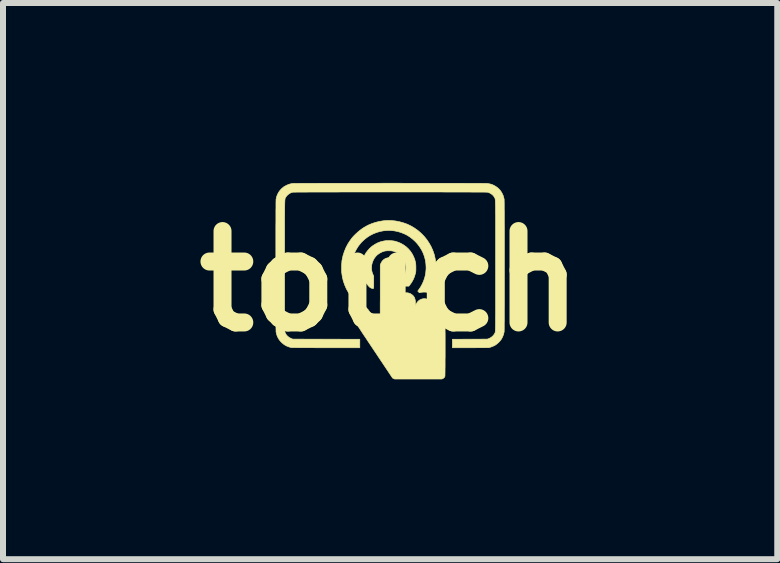
<source format=kicad_pcb>
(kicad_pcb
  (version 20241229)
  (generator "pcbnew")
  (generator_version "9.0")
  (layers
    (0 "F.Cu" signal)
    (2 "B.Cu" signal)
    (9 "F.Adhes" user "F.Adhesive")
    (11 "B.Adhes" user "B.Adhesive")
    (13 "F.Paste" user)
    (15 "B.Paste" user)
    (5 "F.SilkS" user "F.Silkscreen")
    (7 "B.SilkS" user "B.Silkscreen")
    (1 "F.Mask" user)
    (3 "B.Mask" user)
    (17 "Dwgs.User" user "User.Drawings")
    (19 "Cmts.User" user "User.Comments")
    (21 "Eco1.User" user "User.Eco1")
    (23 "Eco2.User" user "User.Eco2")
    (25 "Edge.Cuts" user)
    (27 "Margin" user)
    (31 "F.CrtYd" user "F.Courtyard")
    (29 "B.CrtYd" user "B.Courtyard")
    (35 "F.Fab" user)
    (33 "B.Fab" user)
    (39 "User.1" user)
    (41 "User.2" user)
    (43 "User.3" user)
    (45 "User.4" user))
  (footprint "touch"
    (layer "F.Cu")
    (at 3.454 1.637)
    (property "Reference" "touch" (at 0 0 0) (layer "F.SilkS") (effects (font (size 1.524 1.524) (thickness 0.3))))
    (attr through_hole)
    (fp_poly (pts (xy 0.005 -0.675) (xy 0.035 -0.673) (xy 0.063 -0.669) (xy 0.08 -0.666) (xy 0.131 -0.65) (xy 0.179 -0.63) (xy 0.224 -0.604) (xy 0.266 -0.574) (xy 0.304 -0.539) (xy 0.338 -0.5) (xy 0.367 -0.457) (xy 0.391 -0.411) (xy 0.411 -0.362) (xy 0.424 -0.31) (xy 0.424 -0.309) (xy 0.427 -0.296) (xy 0.428 -0.281) (xy 0.429 -0.263) (xy 0.43 -0.241) (xy 0.43 -0.221) (xy 0.43 -0.198) (xy 0.43 -0.181) (xy 0.429 -0.167) (xy 0.428 -0.155) (xy 0.426 -0.144) (xy 0.423 -0.131) (xy 0.421 -0.124) (xy 0.406 -0.073) (xy 0.385 -0.024) (xy 0.359 0.022) (xy 0.333 0.058) (xy 0.313 0.084) (xy 0.245 0.084) (xy 0.244 -0.015) (xy 0.245 -0.045) (xy 0.245 -0.069) (xy 0.245 -0.088) (xy 0.246 -0.102) (xy 0.246 -0.113) (xy 0.247 -0.12) (xy 0.249 -0.125) (xy 0.249 -0.125) (xy 0.256 -0.148) (xy 0.262 -0.174) (xy 0.265 -0.203) (xy 0.266 -0.231) (xy 0.264 -0.258) (xy 0.264 -0.259) (xy 0.254 -0.302) (xy 0.24 -0.342) (xy 0.22 -0.378) (xy 0.196 -0.411) (xy 0.167 -0.439) (xy 0.133 -0.464) (xy 0.096 -0.484) (xy 0.055 -0.498) (xy 0.046 -0.501) (xy 0.027 -0.504) (xy 0.005 -0.506) (xy -0.02 -0.506) (xy -0.046 -0.506) (xy -0.069 -0.504) (xy -0.09 -0.501) (xy -0.097 -0.499) (xy -0.13 -0.488) (xy -0.163 -0.472) (xy -0.193 -0.453) (xy -0.22 -0.432) (xy -0.234 -0.418) (xy -0.261 -0.384) (xy -0.281 -0.348) (xy -0.296 -0.31) (xy -0.306 -0.27) (xy -0.309 -0.227) (xy -0.309 -0.222) (xy -0.308 -0.195) (xy -0.305 -0.17) (xy -0.299 -0.146) (xy -0.29 -0.121) (xy -0.284 -0.107) (xy -0.273 -0.081) (xy -0.273 0.02) (xy -0.273 0.048) (xy -0.273 0.07) (xy -0.273 0.088) (xy -0.274 0.101) (xy -0.274 0.11) (xy -0.275 0.116) (xy -0.276 0.12) (xy -0.277 0.121) (xy -0.278 0.122) (xy -0.291 0.124) (xy -0.306 0.12) (xy -0.308 0.119) (xy -0.325 0.112) (xy -0.341 0.101) (xy -0.357 0.085) (xy -0.36 0.082) (xy -0.394 0.039) (xy -0.422 -0.006) (xy -0.444 -0.054) (xy -0.461 -0.104) (xy -0.467 -0.131) (xy -0.47 -0.145) (xy -0.472 -0.158) (xy -0.473 -0.172) (xy -0.474 -0.189) (xy -0.474 -0.209) (xy -0.474 -0.222) (xy -0.474 -0.254) (xy -0.472 -0.282) (xy -0.469 -0.308) (xy -0.463 -0.332) (xy -0.456 -0.358) (xy -0.45 -0.374) (xy -0.43 -0.423) (xy -0.404 -0.469) (xy -0.373 -0.51) (xy -0.339 -0.548) (xy -0.3 -0.582) (xy -0.257 -0.611) (xy -0.211 -0.636) (xy -0.162 -0.655) (xy -0.111 -0.668) (xy -0.08 -0.673) (xy -0.055 -0.676) (xy -0.026 -0.676) (xy 0.005 -0.675)) (stroke (width 0.01) (type solid)) (fill yes) (layer "F.SilkS"))
    (fp_poly (pts (xy 0.023 -1.01) (xy 0.09 -1.003) (xy 0.157 -0.99) (xy 0.222 -0.972) (xy 0.287 -0.949) (xy 0.349 -0.919) (xy 0.408 -0.884) (xy 0.412 -0.881) (xy 0.468 -0.841) (xy 0.52 -0.795) (xy 0.568 -0.746) (xy 0.612 -0.692) (xy 0.65 -0.635) (xy 0.684 -0.575) (xy 0.712 -0.512) (xy 0.735 -0.447) (xy 0.741 -0.423) (xy 0.756 -0.354) (xy 0.764 -0.285) (xy 0.767 -0.215) (xy 0.763 -0.146) (xy 0.753 -0.077) (xy 0.737 -0.01) (xy 0.715 0.057) (xy 0.687 0.121) (xy 0.684 0.128) (xy 0.672 0.151) (xy 0.663 0.168) (xy 0.656 0.181) (xy 0.65 0.188) (xy 0.646 0.192) (xy 0.643 0.193) (xy 0.627 0.188) (xy 0.605 0.185) (xy 0.582 0.183) (xy 0.557 0.183) (xy 0.534 0.185) (xy 0.513 0.188) (xy 0.512 0.189) (xy 0.488 0.194) (xy 0.475 0.181) (xy 0.461 0.167) (xy 0.47 0.154) (xy 0.507 0.101) (xy 0.538 0.045) (xy 0.562 -0.012) (xy 0.581 -0.071) (xy 0.593 -0.131) (xy 0.599 -0.193) (xy 0.6 -0.224) (xy 0.597 -0.287) (xy 0.588 -0.348) (xy 0.573 -0.408) (xy 0.552 -0.465) (xy 0.525 -0.521) (xy 0.492 -0.573) (xy 0.454 -0.623) (xy 0.418 -0.662) (xy 0.375 -0.701) (xy 0.331 -0.735) (xy 0.286 -0.764) (xy 0.246 -0.784) (xy 0.188 -0.808) (xy 0.13 -0.826) (xy 0.07 -0.838) (xy 0.01 -0.844) (xy -0.05 -0.844) (xy -0.109 -0.839) (xy -0.167 -0.828) (xy -0.224 -0.811) (xy -0.28 -0.789) (xy -0.333 -0.762) (xy -0.384 -0.729) (xy -0.431 -0.692) (xy -0.476 -0.649) (xy -0.489 -0.634) (xy -0.528 -0.585) (xy -0.561 -0.533) (xy -0.589 -0.479) (xy -0.611 -0.423) (xy -0.628 -0.365) (xy -0.639 -0.305) (xy -0.644 -0.245) (xy -0.643 -0.185) (xy -0.637 -0.125) (xy -0.624 -0.065) (xy -0.606 -0.006) (xy -0.594 0.024) (xy -0.572 0.069) (xy -0.548 0.111) (xy -0.519 0.152) (xy -0.486 0.193) (xy -0.481 0.198) (xy -0.469 0.211) (xy -0.459 0.224) (xy -0.451 0.234) (xy -0.446 0.241) (xy -0.446 0.242) (xy -0.442 0.253) (xy -0.44 0.268) (xy -0.44 0.284) (xy -0.442 0.298) (xy -0.445 0.307) (xy -0.448 0.312) (xy -0.452 0.315) (xy -0.457 0.316) (xy -0.466 0.316) (xy -0.471 0.315) (xy -0.489 0.315) (xy -0.51 0.318) (xy -0.532 0.322) (xy -0.553 0.328) (xy -0.559 0.33) (xy -0.569 0.334) (xy -0.576 0.336) (xy -0.578 0.337) (xy -0.581 0.334) (xy -0.587 0.328) (xy -0.596 0.319) (xy -0.606 0.308) (xy -0.607 0.307) (xy -0.653 0.251) (xy -0.693 0.192) (xy -0.728 0.131) (xy -0.756 0.067) (xy -0.779 0.002) (xy -0.796 -0.067) (xy -0.806 -0.137) (xy -0.807 -0.139) (xy -0.808 -0.162) (xy -0.809 -0.19) (xy -0.809 -0.221) (xy -0.809 -0.253) (xy -0.807 -0.284) (xy -0.805 -0.314) (xy -0.803 -0.339) (xy -0.8 -0.355) (xy -0.785 -0.425) (xy -0.763 -0.493) (xy -0.736 -0.559) (xy -0.703 -0.622) (xy -0.664 -0.681) (xy -0.638 -0.716) (xy -0.61 -0.749) (xy -0.577 -0.782) (xy -0.541 -0.815) (xy -0.503 -0.847) (xy -0.465 -0.875) (xy -0.433 -0.896) (xy -0.373 -0.93) (xy -0.31 -0.957) (xy -0.245 -0.979) (xy -0.179 -0.995) (xy -0.112 -1.006) (xy -0.045 -1.011) (xy 0.023 -1.01)) (stroke (width 0.01) (type solid)) (fill yes) (layer "F.SilkS"))
    (fp_poly (pts (xy 0.011 -0.388) (xy 0.024 -0.386) (xy 0.05 -0.376) (xy 0.074 -0.361) (xy 0.095 -0.341) (xy 0.112 -0.318) (xy 0.124 -0.292) (xy 0.13 -0.274) (xy 0.131 -0.268) (xy 0.131 -0.256) (xy 0.132 -0.24) (xy 0.132 -0.218) (xy 0.133 -0.19) (xy 0.133 -0.157) (xy 0.133 -0.118) (xy 0.133 -0.072) (xy 0.133 -0.021) (xy 0.133 0.017) (xy 0.134 0.291) (xy 0.144 0.272) (xy 0.16 0.247) (xy 0.181 0.227) (xy 0.204 0.212) (xy 0.229 0.201) (xy 0.256 0.195) (xy 0.284 0.194) (xy 0.311 0.199) (xy 0.337 0.208) (xy 0.361 0.223) (xy 0.381 0.24) (xy 0.395 0.256) (xy 0.406 0.274) (xy 0.413 0.293) (xy 0.419 0.316) (xy 0.422 0.342) (xy 0.423 0.371) (xy 0.423 0.389) (xy 0.423 0.401) (xy 0.424 0.407) (xy 0.425 0.409) (xy 0.426 0.405) (xy 0.434 0.382) (xy 0.448 0.359) (xy 0.465 0.337) (xy 0.485 0.32) (xy 0.498 0.312) (xy 0.527 0.299) (xy 0.557 0.293) (xy 0.586 0.293) (xy 0.614 0.299) (xy 0.641 0.311) (xy 0.666 0.329) (xy 0.67 0.333) (xy 0.687 0.35) (xy 0.7 0.368) (xy 0.708 0.387) (xy 0.714 0.409) (xy 0.717 0.435) (xy 0.718 0.458) (xy 0.718 0.499) (xy 0.725 0.497) (xy 0.755 0.491) (xy 0.785 0.492) (xy 0.814 0.498) (xy 0.834 0.506) (xy 0.858 0.521) (xy 0.879 0.541) (xy 0.896 0.565) (xy 0.908 0.591) (xy 0.914 0.612) (xy 0.915 0.618) (xy 0.915 0.63) (xy 0.916 0.647) (xy 0.916 0.669) (xy 0.916 0.695) (xy 0.917 0.726) (xy 0.917 0.76) (xy 0.917 0.798) (xy 0.917 0.838) (xy 0.918 0.881) (xy 0.918 0.926) (xy 0.918 0.972) (xy 0.918 1.02) (xy 0.918 1.068) (xy 0.918 1.117) (xy 0.918 1.165) (xy 0.918 1.213) (xy 0.918 1.26) (xy 0.917 1.305) (xy 0.917 1.349) (xy 0.917 1.39) (xy 0.917 1.428) (xy 0.916 1.464) (xy 0.916 1.496) (xy 0.916 1.523) (xy 0.915 1.547) (xy 0.915 1.565) (xy 0.915 1.579) (xy 0.914 1.586) (xy 0.914 1.588) (xy 0.906 1.604) (xy 0.894 1.616) (xy 0.881 1.624) (xy 0.864 1.632) (xy 0.469 1.632) (xy 0.075 1.632) (xy 0.058 1.624) (xy 0.041 1.616) (xy -0.285 1.128) (xy -0.331 1.059) (xy -0.373 0.996) (xy -0.412 0.937) (xy -0.448 0.884) (xy -0.48 0.835) (xy -0.508 0.792) (xy -0.533 0.754) (xy -0.555 0.721) (xy -0.574 0.692) (xy -0.589 0.669) (xy -0.601 0.65) (xy -0.609 0.636) (xy -0.614 0.627) (xy -0.616 0.623) (xy -0.624 0.594) (xy -0.625 0.565) (xy -0.62 0.536) (xy -0.61 0.509) (xy -0.595 0.484) (xy -0.574 0.462) (xy -0.556 0.448) (xy -0.53 0.435) (xy -0.502 0.427) (xy -0.474 0.425) (xy -0.445 0.429) (xy -0.418 0.438) (xy -0.393 0.451) (xy -0.373 0.468) (xy -0.368 0.474) (xy -0.36 0.485) (xy -0.349 0.5) (xy -0.336 0.519) (xy -0.32 0.541) (xy -0.304 0.566) (xy -0.286 0.592) (xy -0.271 0.614) (xy -0.254 0.639) (xy -0.238 0.663) (xy -0.223 0.685) (xy -0.21 0.705) (xy -0.199 0.721) (xy -0.19 0.733) (xy -0.183 0.741) (xy -0.18 0.745) (xy -0.18 0.745) (xy -0.178 0.745) (xy -0.176 0.746) (xy -0.175 0.746) (xy -0.173 0.746) (xy -0.172 0.745) (xy -0.171 0.742) (xy -0.17 0.739) (xy -0.169 0.733) (xy -0.168 0.725) (xy -0.168 0.715) (xy -0.167 0.702) (xy -0.167 0.687) (xy -0.166 0.668) (xy -0.166 0.646) (xy -0.165 0.62) (xy -0.165 0.59) (xy -0.165 0.555) (xy -0.165 0.516) (xy -0.165 0.472) (xy -0.165 0.423) (xy -0.165 0.369) (xy -0.164 0.308) (xy -0.164 0.242) (xy -0.164 0.234) (xy -0.164 -0.271) (xy -0.155 -0.293) (xy -0.141 -0.32) (xy -0.123 -0.344) (xy -0.101 -0.363) (xy -0.076 -0.378) (xy -0.048 -0.387) (xy -0.019 -0.391) (xy 0.011 -0.388)) (stroke (width 0.01) (type solid)) (fill yes) (layer "F.SilkS"))
    (fp_poly (pts (xy 0.064 -1.632) (xy 0.153 -1.632) (xy 0.24 -1.631) (xy 0.328 -1.631) (xy 0.414 -1.631) (xy 0.499 -1.631) (xy 0.583 -1.631) (xy 0.665 -1.631) (xy 0.745 -1.631) (xy 0.824 -1.631) (xy 0.9 -1.631) (xy 0.974 -1.631) (xy 1.045 -1.631) (xy 1.113 -1.631) (xy 1.177 -1.631) (xy 1.239 -1.631) (xy 1.296 -1.63) (xy 1.35 -1.63) (xy 1.4 -1.63) (xy 1.445 -1.63) (xy 1.486 -1.63) (xy 1.522 -1.63) (xy 1.553 -1.629) (xy 1.578 -1.629) (xy 1.598 -1.629) (xy 1.612 -1.629) (xy 1.621 -1.629) (xy 1.622 -1.628) (xy 1.668 -1.62) (xy 1.711 -1.606) (xy 1.75 -1.586) (xy 1.786 -1.562) (xy 1.818 -1.533) (xy 1.846 -1.5) (xy 1.868 -1.463) (xy 1.885 -1.427) (xy 1.896 -1.389) (xy 1.902 -1.361) (xy 1.902 -1.355) (xy 1.902 -1.344) (xy 1.902 -1.327) (xy 1.903 -1.304) (xy 1.903 -1.276) (xy 1.903 -1.243) (xy 1.903 -1.205) (xy 1.904 -1.163) (xy 1.904 -1.117) (xy 1.904 -1.067) (xy 1.904 -1.014) (xy 1.904 -0.958) (xy 1.905 -0.898) (xy 1.905 -0.836) (xy 1.905 -0.772) (xy 1.905 -0.705) (xy 1.905 -0.637) (xy 1.905 -0.567) (xy 1.905 -0.496) (xy 1.905 -0.424) (xy 1.905 -0.352) (xy 1.905 -0.279) (xy 1.905 -0.206) (xy 1.905 -0.133) (xy 1.905 -0.06) (xy 1.905 0.011) (xy 1.905 0.082) (xy 1.905 0.151) (xy 1.905 0.218) (xy 1.905 0.284) (xy 1.905 0.347) (xy 1.905 0.408) (xy 1.904 0.466) (xy 1.904 0.521) (xy 1.904 0.573) (xy 1.904 0.621) (xy 1.904 0.665) (xy 1.903 0.705) (xy 1.903 0.741) (xy 1.903 0.772) (xy 1.903 0.797) (xy 1.902 0.818) (xy 1.902 0.832) (xy 1.902 0.841) (xy 1.902 0.843) (xy 1.892 0.887) (xy 1.877 0.927) (xy 1.857 0.966) (xy 1.83 1.001) (xy 1.813 1.019) (xy 1.784 1.045) (xy 1.754 1.067) (xy 1.72 1.084) (xy 1.681 1.099) (xy 1.675 1.101) (xy 1.646 1.11) (xy 1.342 1.111) (xy 1.038 1.111) (xy 1.038 0.969) (xy 1.33 0.968) (xy 1.621 0.967) (xy 1.642 0.96) (xy 1.667 0.948) (xy 1.691 0.933) (xy 1.713 0.914) (xy 1.731 0.893) (xy 1.742 0.876) (xy 1.743 0.873) (xy 1.745 0.87) (xy 1.746 0.868) (xy 1.747 0.866) (xy 1.749 0.863) (xy 1.75 0.86) (xy 1.751 0.857) (xy 1.752 0.852) (xy 1.753 0.847) (xy 1.753 0.84) (xy 1.754 0.832) (xy 1.755 0.823) (xy 1.755 0.811) (xy 1.756 0.798) (xy 1.756 0.782) (xy 1.757 0.764) (xy 1.757 0.743) (xy 1.758 0.719) (xy 1.758 0.693) (xy 1.758 0.663) (xy 1.758 0.63) (xy 1.758 0.593) (xy 1.759 0.552) (xy 1.759 0.507) (xy 1.759 0.458) (xy 1.759 0.405) (xy 1.759 0.347) (xy 1.759 0.284) (xy 1.759 0.216) (xy 1.759 0.143) (xy 1.759 0.064) (xy 1.759 -0.02) (xy 1.759 -0.11) (xy 1.759 -0.207) (xy 1.759 -0.259) (xy 1.759 -0.358) (xy 1.759 -0.452) (xy 1.759 -0.539) (xy 1.759 -0.621) (xy 1.759 -0.697) (xy 1.759 -0.768) (xy 1.759 -0.833) (xy 1.759 -0.894) (xy 1.759 -0.95) (xy 1.759 -1.001) (xy 1.759 -1.048) (xy 1.759 -1.091) (xy 1.758 -1.13) (xy 1.758 -1.165) (xy 1.758 -1.197) (xy 1.758 -1.225) (xy 1.757 -1.251) (xy 1.757 -1.273) (xy 1.756 -1.293) (xy 1.756 -1.31) (xy 1.755 -1.324) (xy 1.755 -1.337) (xy 1.754 -1.348) (xy 1.753 -1.356) (xy 1.752 -1.364) (xy 1.751 -1.37) (xy 1.75 -1.375) (xy 1.749 -1.379) (xy 1.748 -1.382) (xy 1.747 -1.385) (xy 1.746 -1.387) (xy 1.744 -1.39) (xy 1.742 -1.392) (xy 1.741 -1.395) (xy 1.739 -1.398) (xy 1.724 -1.421) (xy 1.703 -1.442) (xy 1.679 -1.459) (xy 1.653 -1.473) (xy 1.626 -1.481) (xy 1.619 -1.483) (xy 1.615 -1.483) (xy 1.604 -1.483) (xy 1.587 -1.483) (xy 1.565 -1.484) (xy 1.537 -1.484) (xy 1.504 -1.484) (xy 1.466 -1.484) (xy 1.423 -1.484) (xy 1.376 -1.484) (xy 1.325 -1.485) (xy 1.269 -1.485) (xy 1.21 -1.485) (xy 1.147 -1.485) (xy 1.081 -1.485) (xy 1.012 -1.485) (xy 0.94 -1.485) (xy 0.865 -1.486) (xy 0.788 -1.486) (xy 0.709 -1.486) (xy 0.628 -1.486) (xy 0.545 -1.486) (xy 0.461 -1.486) (xy 0.375 -1.486) (xy 0.289 -1.486) (xy 0.202 -1.486) (xy 0.114 -1.486) (xy 0.026 -1.486) (xy -0.063 -1.486) (xy -0.151 -1.486) (xy -0.238 -1.486) (xy -0.325 -1.486) (xy -0.411 -1.486) (xy -0.497 -1.486) (xy -0.58 -1.486) (xy -0.662 -1.486) (xy -0.743 -1.486) (xy -0.821 -1.486) (xy -0.897 -1.485) (xy -0.971 -1.485) (xy -1.042 -1.485) (xy -1.11 -1.485) (xy -1.174 -1.485) (xy -1.236 -1.485) (xy -1.293 -1.485) (xy -1.347 -1.485) (xy -1.397 -1.484) (xy -1.442 -1.484) (xy -1.482 -1.484) (xy -1.518 -1.484) (xy -1.549 -1.484) (xy -1.575 -1.483) (xy -1.595 -1.483) (xy -1.609 -1.483) (xy -1.617 -1.483) (xy -1.619 -1.483) (xy -1.646 -1.476) (xy -1.673 -1.463) (xy -1.697 -1.446) (xy -1.719 -1.426) (xy -1.736 -1.404) (xy -1.739 -1.398) (xy -1.741 -1.395) (xy -1.743 -1.392) (xy -1.744 -1.39) (xy -1.746 -1.387) (xy -1.747 -1.385) (xy -1.748 -1.382) (xy -1.749 -1.379) (xy -1.751 -1.375) (xy -1.752 -1.37) (xy -1.752 -1.363) (xy -1.753 -1.356) (xy -1.754 -1.347) (xy -1.755 -1.336) (xy -1.755 -1.323) (xy -1.756 -1.308) (xy -1.756 -1.291) (xy -1.757 -1.271) (xy -1.757 -1.249) (xy -1.758 -1.223) (xy -1.758 -1.195) (xy -1.758 -1.163) (xy -1.758 -1.127) (xy -1.759 -1.088) (xy -1.759 -1.045) (xy -1.759 -0.997) (xy -1.759 -0.946) (xy -1.759 -0.889) (xy -1.759 -0.828) (xy -1.759 -0.762) (xy -1.759 -0.691) (xy -1.759 -0.615) (xy -1.759 -0.533) (xy -1.759 -0.445) (xy -1.759 -0.351) (xy -1.759 -0.259) (xy -1.759 -0.159) (xy -1.759 -0.066) (xy -1.759 0.021) (xy -1.759 0.103) (xy -1.759 0.179) (xy -1.759 0.249) (xy -1.759 0.315) (xy -1.759 0.375) (xy -1.759 0.431) (xy -1.759 0.482) (xy -1.759 0.529) (xy -1.759 0.572) (xy -1.758 0.611) (xy -1.758 0.646) (xy -1.758 0.678) (xy -1.758 0.706) (xy -1.757 0.731) (xy -1.757 0.753) (xy -1.757 0.773) (xy -1.756 0.79) (xy -1.756 0.804) (xy -1.755 0.817) (xy -1.754 0.828) (xy -1.754 0.836) (xy -1.753 0.844) (xy -1.752 0.85) (xy -1.751 0.855) (xy -1.75 0.859) (xy -1.749 0.862) (xy -1.748 0.865) (xy -1.747 0.867) (xy -1.745 0.869) (xy -1.744 0.872) (xy -1.743 0.874) (xy -1.742 0.876) (xy -1.728 0.898) (xy -1.709 0.918) (xy -1.686 0.937) (xy -1.661 0.951) (xy -1.642 0.96) (xy -1.621 0.967) (xy -1.063 0.968) (xy -0.505 0.969) (xy -0.505 1.111) (xy -1.066 1.111) (xy -1.125 1.111) (xy -1.183 1.111) (xy -1.239 1.111) (xy -1.293 1.11) (xy -1.344 1.11) (xy -1.393 1.11) (xy -1.438 1.11) (xy -1.479 1.11) (xy -1.517 1.11) (xy -1.55 1.109) (xy -1.579 1.109) (xy -1.603 1.109) (xy -1.622 1.108) (xy -1.635 1.108) (xy -1.642 1.108) (xy -1.643 1.108) (xy -1.685 1.098) (xy -1.725 1.082) (xy -1.763 1.061) (xy -1.797 1.034) (xy -1.828 1.004) (xy -1.854 0.97) (xy -1.872 0.938) (xy -1.883 0.914) (xy -1.892 0.886) (xy -1.899 0.858) (xy -1.902 0.843) (xy -1.902 0.838) (xy -1.902 0.826) (xy -1.902 0.809) (xy -1.903 0.786) (xy -1.903 0.758) (xy -1.903 0.725) (xy -1.903 0.688) (xy -1.904 0.646) (xy -1.904 0.6) (xy -1.904 0.55) (xy -1.904 0.497) (xy -1.904 0.44) (xy -1.905 0.381) (xy -1.905 0.319) (xy -1.905 0.254) (xy -1.905 0.188) (xy -1.905 0.119) (xy -1.905 0.05) (xy -1.905 -0.021) (xy -1.905 -0.093) (xy -1.905 -0.166) (xy -1.905 -0.239) (xy -1.905 -0.312) (xy -1.905 -0.385) (xy -1.905 -0.457) (xy -1.905 -0.529) (xy -1.905 -0.599) (xy -1.905 -0.668) (xy -1.905 -0.736) (xy -1.905 -0.801) (xy -1.905 -0.865) (xy -1.905 -0.926) (xy -1.904 -0.984) (xy -1.904 -1.039) (xy -1.904 -1.091) (xy -1.904 -1.139) (xy -1.904 -1.183) (xy -1.903 -1.223) (xy -1.903 -1.258) (xy -1.903 -1.289) (xy -1.903 -1.315) (xy -1.902 -1.335) (xy -1.902 -1.35) (xy -1.902 -1.359) (xy -1.902 -1.361) (xy -1.893 -1.404) (xy -1.878 -1.444) (xy -1.858 -1.482) (xy -1.833 -1.516) (xy -1.804 -1.546) (xy -1.771 -1.573) (xy -1.734 -1.594) (xy -1.694 -1.612) (xy -1.651 -1.624) (xy -1.622 -1.628) (xy -1.618 -1.629) (xy -1.606 -1.629) (xy -1.59 -1.629) (xy -1.567 -1.629) (xy -1.539 -1.629) (xy -1.506 -1.63) (xy -1.468 -1.63) (xy -1.425 -1.63) (xy -1.378 -1.63) (xy -1.326 -1.63) (xy -1.27 -1.63) (xy -1.211 -1.631) (xy -1.148 -1.631) (xy -1.082 -1.631) (xy -1.012 -1.631) (xy -0.94 -1.631) (xy -0.865 -1.631) (xy -0.788 -1.631) (xy -0.709 -1.631) (xy -0.627 -1.631) (xy -0.544 -1.631) (xy -0.46 -1.631) (xy -0.374 -1.631) (xy -0.288 -1.631) (xy -0.2 -1.631) (xy -0.112 -1.632) (xy -0.024 -1.632) (xy 0.064 -1.632)) (stroke (width 0.01) (type solid)) (fill yes) (layer "F.SilkS")))
  (gr_rect
    (start -3 -3)
    (end 9.909 6.273)
    (stroke (width 0.1) (type default))
    (fill no)
    (layer "Edge.Cuts")))
</source>
